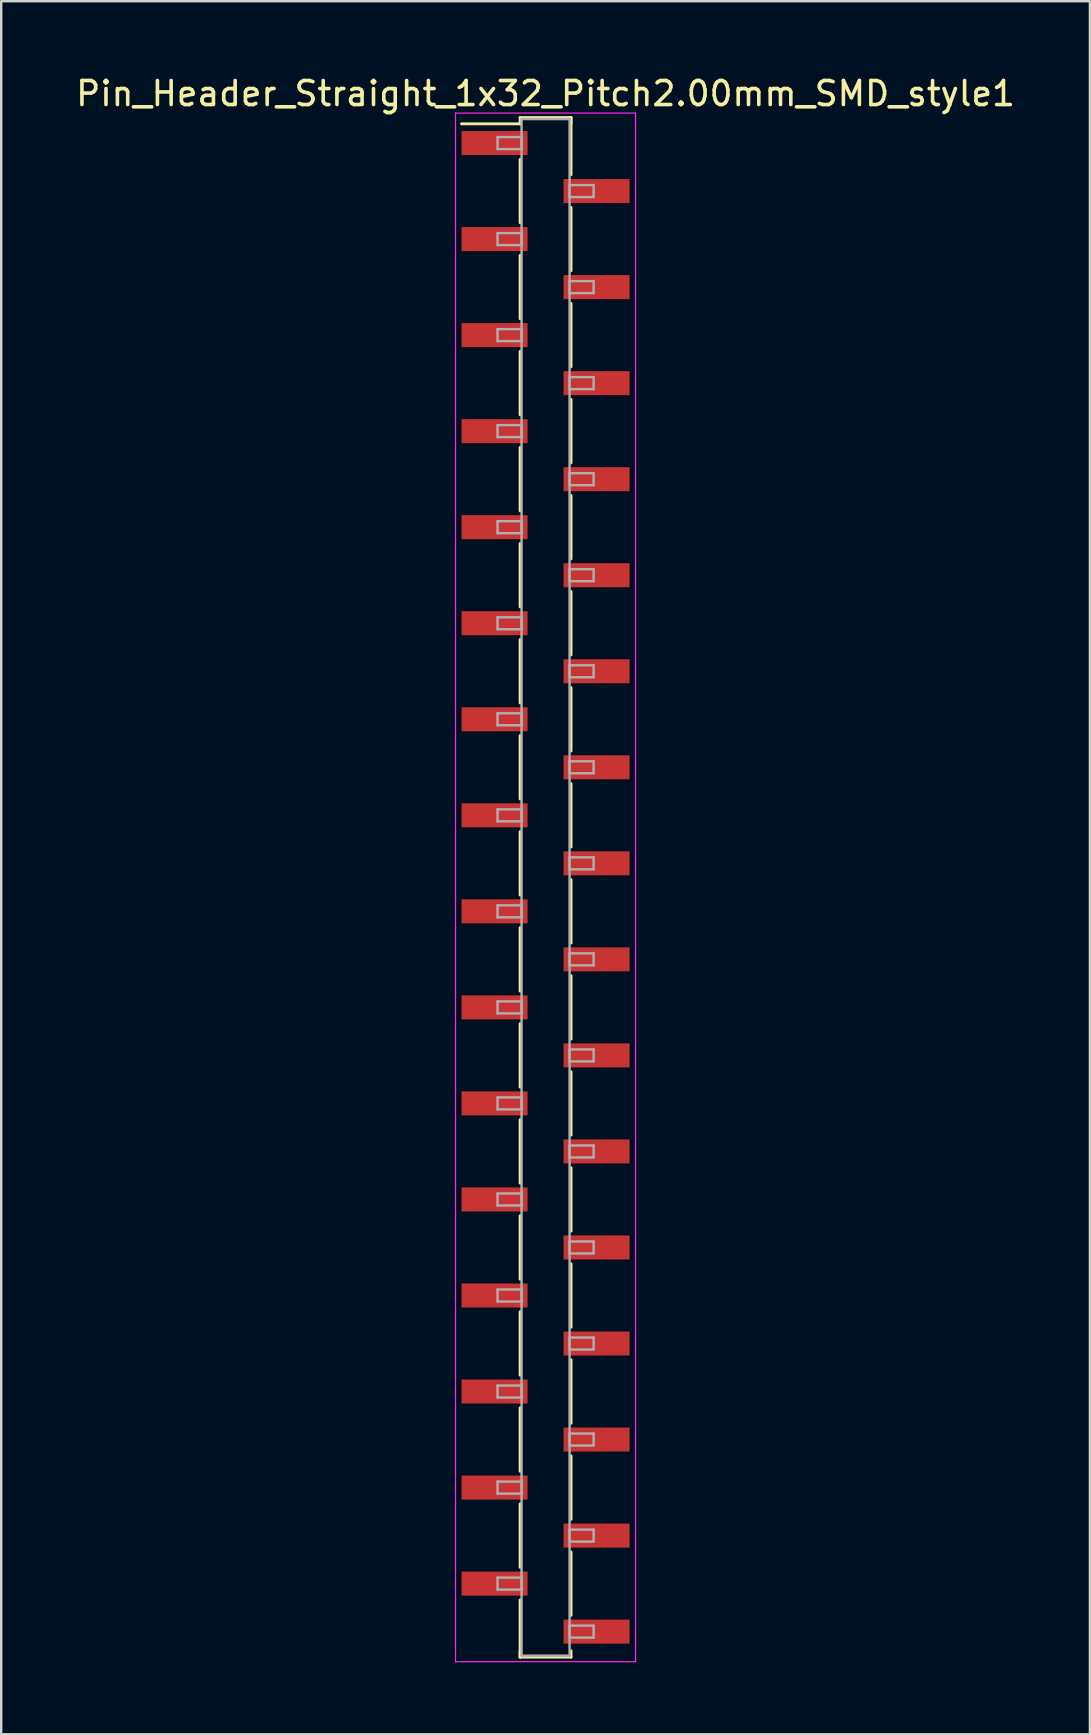
<source format=kicad_pcb>
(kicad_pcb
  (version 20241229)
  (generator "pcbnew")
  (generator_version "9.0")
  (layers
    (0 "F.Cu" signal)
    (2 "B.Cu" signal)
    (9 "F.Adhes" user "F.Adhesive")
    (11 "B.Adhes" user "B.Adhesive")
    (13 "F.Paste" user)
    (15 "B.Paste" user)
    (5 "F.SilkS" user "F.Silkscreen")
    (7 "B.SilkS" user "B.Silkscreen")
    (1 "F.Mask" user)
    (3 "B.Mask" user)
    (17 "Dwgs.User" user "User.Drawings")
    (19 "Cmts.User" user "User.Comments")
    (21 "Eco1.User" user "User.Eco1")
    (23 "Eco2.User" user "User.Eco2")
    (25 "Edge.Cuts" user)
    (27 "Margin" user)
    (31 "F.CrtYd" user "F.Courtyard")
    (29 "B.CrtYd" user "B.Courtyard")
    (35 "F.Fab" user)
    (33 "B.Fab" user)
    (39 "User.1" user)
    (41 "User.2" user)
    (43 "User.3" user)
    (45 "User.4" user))
  (footprint "Pin_Header_Straight_1x32_Pitch2.00mm_SMD_style1"
    (layer "F.Cu")
    (at 19.673 33.908)
    (property "Reference" "Pin_Header_Straight_1x32_Pitch2.00mm_SMD_style1" (at 0 -33.06 0) (layer "F.SilkS") (effects (font (size 1 1) (thickness 0.15))))
    (attr smd)
    (fp_line (start -1.06 -32.06) (end 1.06 -32.06) (stroke (width 0.12) (type solid)) (layer "F.SilkS"))
    (fp_line (start -1.06 -31.8) (end -3.5 -31.8) (stroke (width 0.12) (type solid)) (layer "F.SilkS"))
    (fp_line (start -1.06 -31.8) (end -1.06 -32.06) (stroke (width 0.12) (type solid)) (layer "F.SilkS"))
    (fp_line (start -1.06 -30.32) (end -1.06 -27.68) (stroke (width 0.12) (type solid)) (layer "F.SilkS"))
    (fp_line (start -1.06 -26.32) (end -1.06 -23.68) (stroke (width 0.12) (type solid)) (layer "F.SilkS"))
    (fp_line (start -1.06 -22.32) (end -1.06 -19.68) (stroke (width 0.12) (type solid)) (layer "F.SilkS"))
    (fp_line (start -1.06 -18.32) (end -1.06 -15.68) (stroke (width 0.12) (type solid)) (layer "F.SilkS"))
    (fp_line (start -1.06 -14.32) (end -1.06 -11.68) (stroke (width 0.12) (type solid)) (layer "F.SilkS"))
    (fp_line (start -1.06 -10.32) (end -1.06 -7.68) (stroke (width 0.12) (type solid)) (layer "F.SilkS"))
    (fp_line (start -1.06 -6.32) (end -1.06 -3.68) (stroke (width 0.12) (type solid)) (layer "F.SilkS"))
    (fp_line (start -1.06 -2.32) (end -1.06 0.32) (stroke (width 0.12) (type solid)) (layer "F.SilkS"))
    (fp_line (start -1.06 1.68) (end -1.06 4.32) (stroke (width 0.12) (type solid)) (layer "F.SilkS"))
    (fp_line (start -1.06 5.68) (end -1.06 8.32) (stroke (width 0.12) (type solid)) (layer "F.SilkS"))
    (fp_line (start -1.06 9.68) (end -1.06 12.32) (stroke (width 0.12) (type solid)) (layer "F.SilkS"))
    (fp_line (start -1.06 13.68) (end -1.06 16.32) (stroke (width 0.12) (type solid)) (layer "F.SilkS"))
    (fp_line (start -1.06 17.68) (end -1.06 20.32) (stroke (width 0.12) (type solid)) (layer "F.SilkS"))
    (fp_line (start -1.06 21.68) (end -1.06 24.32) (stroke (width 0.12) (type solid)) (layer "F.SilkS"))
    (fp_line (start -1.06 25.68) (end -1.06 28.32) (stroke (width 0.12) (type solid)) (layer "F.SilkS"))
    (fp_line (start -1.06 29.68) (end -1.06 32.06) (stroke (width 0.12) (type solid)) (layer "F.SilkS"))
    (fp_line (start -1.06 31.8) (end -1.06 32.06) (stroke (width 0.12) (type solid)) (layer "F.SilkS"))
    (fp_line (start -1.06 32.06) (end 1.06 32.06) (stroke (width 0.12) (type solid)) (layer "F.SilkS"))
    (fp_line (start 1.06 -32.06) (end 1.06 -31.8) (stroke (width 0.12) (type solid)) (layer "F.SilkS"))
    (fp_line (start 1.06 -32.06) (end 1.06 -29.68) (stroke (width 0.12) (type solid)) (layer "F.SilkS"))
    (fp_line (start 1.06 -28.32) (end 1.06 -25.68) (stroke (width 0.12) (type solid)) (layer "F.SilkS"))
    (fp_line (start 1.06 -24.32) (end 1.06 -21.68) (stroke (width 0.12) (type solid)) (layer "F.SilkS"))
    (fp_line (start 1.06 -20.32) (end 1.06 -17.68) (stroke (width 0.12) (type solid)) (layer "F.SilkS"))
    (fp_line (start 1.06 -16.32) (end 1.06 -13.68) (stroke (width 0.12) (type solid)) (layer "F.SilkS"))
    (fp_line (start 1.06 -12.32) (end 1.06 -9.68) (stroke (width 0.12) (type solid)) (layer "F.SilkS"))
    (fp_line (start 1.06 -8.32) (end 1.06 -5.68) (stroke (width 0.12) (type solid)) (layer "F.SilkS"))
    (fp_line (start 1.06 -4.32) (end 1.06 -1.68) (stroke (width 0.12) (type solid)) (layer "F.SilkS"))
    (fp_line (start 1.06 -0.32) (end 1.06 2.32) (stroke (width 0.12) (type solid)) (layer "F.SilkS"))
    (fp_line (start 1.06 3.68) (end 1.06 6.32) (stroke (width 0.12) (type solid)) (layer "F.SilkS"))
    (fp_line (start 1.06 7.68) (end 1.06 10.32) (stroke (width 0.12) (type solid)) (layer "F.SilkS"))
    (fp_line (start 1.06 11.68) (end 1.06 14.32) (stroke (width 0.12) (type solid)) (layer "F.SilkS"))
    (fp_line (start 1.06 15.68) (end 1.06 18.32) (stroke (width 0.12) (type solid)) (layer "F.SilkS"))
    (fp_line (start 1.06 19.68) (end 1.06 22.32) (stroke (width 0.12) (type solid)) (layer "F.SilkS"))
    (fp_line (start 1.06 23.68) (end 1.06 26.32) (stroke (width 0.12) (type solid)) (layer "F.SilkS"))
    (fp_line (start 1.06 27.68) (end 1.06 30.32) (stroke (width 0.12) (type solid)) (layer "F.SilkS"))
    (fp_line (start 1.06 32.06) (end 1.06 31.8) (stroke (width 0.12) (type solid)) (layer "F.SilkS"))
    (fp_line (start -3.75 -32.25) (end -3.75 32.25) (stroke (width 0.05) (type solid)) (layer "F.CrtYd"))
    (fp_line (start -3.75 32.25) (end 3.75 32.25) (stroke (width 0.05) (type solid)) (layer "F.CrtYd"))
    (fp_line (start 3.75 -32.25) (end -3.75 -32.25) (stroke (width 0.05) (type solid)) (layer "F.CrtYd"))
    (fp_line (start 3.75 32.25) (end 3.75 -32.25) (stroke (width 0.05) (type solid)) (layer "F.CrtYd"))
    (fp_line (start -2 -31.25) (end -1 -31.25) (stroke (width 0.1) (type solid)) (layer "F.Fab"))
    (fp_line (start -2 -30.75) (end -2 -31.25) (stroke (width 0.1) (type solid)) (layer "F.Fab"))
    (fp_line (start -2 -27.25) (end -1 -27.25) (stroke (width 0.1) (type solid)) (layer "F.Fab"))
    (fp_line (start -2 -26.75) (end -2 -27.25) (stroke (width 0.1) (type solid)) (layer "F.Fab"))
    (fp_line (start -2 -23.25) (end -1 -23.25) (stroke (width 0.1) (type solid)) (layer "F.Fab"))
    (fp_line (start -2 -22.75) (end -2 -23.25) (stroke (width 0.1) (type solid)) (layer "F.Fab"))
    (fp_line (start -2 -19.25) (end -1 -19.25) (stroke (width 0.1) (type solid)) (layer "F.Fab"))
    (fp_line (start -2 -18.75) (end -2 -19.25) (stroke (width 0.1) (type solid)) (layer "F.Fab"))
    (fp_line (start -2 -15.25) (end -1 -15.25) (stroke (width 0.1) (type solid)) (layer "F.Fab"))
    (fp_line (start -2 -14.75) (end -2 -15.25) (stroke (width 0.1) (type solid)) (layer "F.Fab"))
    (fp_line (start -2 -11.25) (end -1 -11.25) (stroke (width 0.1) (type solid)) (layer "F.Fab"))
    (fp_line (start -2 -10.75) (end -2 -11.25) (stroke (width 0.1) (type solid)) (layer "F.Fab"))
    (fp_line (start -2 -7.25) (end -1 -7.25) (stroke (width 0.1) (type solid)) (layer "F.Fab"))
    (fp_line (start -2 -6.75) (end -2 -7.25) (stroke (width 0.1) (type solid)) (layer "F.Fab"))
    (fp_line (start -2 -3.25) (end -1 -3.25) (stroke (width 0.1) (type solid)) (layer "F.Fab"))
    (fp_line (start -2 -2.75) (end -2 -3.25) (stroke (width 0.1) (type solid)) (layer "F.Fab"))
    (fp_line (start -2 0.75) (end -1 0.75) (stroke (width 0.1) (type solid)) (layer "F.Fab"))
    (fp_line (start -2 1.25) (end -2 0.75) (stroke (width 0.1) (type solid)) (layer "F.Fab"))
    (fp_line (start -2 4.75) (end -1 4.75) (stroke (width 0.1) (type solid)) (layer "F.Fab"))
    (fp_line (start -2 5.25) (end -2 4.75) (stroke (width 0.1) (type solid)) (layer "F.Fab"))
    (fp_line (start -2 8.75) (end -1 8.75) (stroke (width 0.1) (type solid)) (layer "F.Fab"))
    (fp_line (start -2 9.25) (end -2 8.75) (stroke (width 0.1) (type solid)) (layer "F.Fab"))
    (fp_line (start -2 12.75) (end -1 12.75) (stroke (width 0.1) (type solid)) (layer "F.Fab"))
    (fp_line (start -2 13.25) (end -2 12.75) (stroke (width 0.1) (type solid)) (layer "F.Fab"))
    (fp_line (start -2 16.75) (end -1 16.75) (stroke (width 0.1) (type solid)) (layer "F.Fab"))
    (fp_line (start -2 17.25) (end -2 16.75) (stroke (width 0.1) (type solid)) (layer "F.Fab"))
    (fp_line (start -2 20.75) (end -1 20.75) (stroke (width 0.1) (type solid)) (layer "F.Fab"))
    (fp_line (start -2 21.25) (end -2 20.75) (stroke (width 0.1) (type solid)) (layer "F.Fab"))
    (fp_line (start -2 24.75) (end -1 24.75) (stroke (width 0.1) (type solid)) (layer "F.Fab"))
    (fp_line (start -2 25.25) (end -2 24.75) (stroke (width 0.1) (type solid)) (layer "F.Fab"))
    (fp_line (start -2 28.75) (end -1 28.75) (stroke (width 0.1) (type solid)) (layer "F.Fab"))
    (fp_line (start -2 29.25) (end -2 28.75) (stroke (width 0.1) (type solid)) (layer "F.Fab"))
    (fp_line (start -1 -32) (end -1 32) (stroke (width 0.1) (type solid)) (layer "F.Fab"))
    (fp_line (start -1 -31.25) (end -1 -30.75) (stroke (width 0.1) (type solid)) (layer "F.Fab"))
    (fp_line (start -1 -30.75) (end -2 -30.75) (stroke (width 0.1) (type solid)) (layer "F.Fab"))
    (fp_line (start -1 -27.25) (end -1 -26.75) (stroke (width 0.1) (type solid)) (layer "F.Fab"))
    (fp_line (start -1 -26.75) (end -2 -26.75) (stroke (width 0.1) (type solid)) (layer "F.Fab"))
    (fp_line (start -1 -23.25) (end -1 -22.75) (stroke (width 0.1) (type solid)) (layer "F.Fab"))
    (fp_line (start -1 -22.75) (end -2 -22.75) (stroke (width 0.1) (type solid)) (layer "F.Fab"))
    (fp_line (start -1 -19.25) (end -1 -18.75) (stroke (width 0.1) (type solid)) (layer "F.Fab"))
    (fp_line (start -1 -18.75) (end -2 -18.75) (stroke (width 0.1) (type solid)) (layer "F.Fab"))
    (fp_line (start -1 -15.25) (end -1 -14.75) (stroke (width 0.1) (type solid)) (layer "F.Fab"))
    (fp_line (start -1 -14.75) (end -2 -14.75) (stroke (width 0.1) (type solid)) (layer "F.Fab"))
    (fp_line (start -1 -11.25) (end -1 -10.75) (stroke (width 0.1) (type solid)) (layer "F.Fab"))
    (fp_line (start -1 -10.75) (end -2 -10.75) (stroke (width 0.1) (type solid)) (layer "F.Fab"))
    (fp_line (start -1 -7.25) (end -1 -6.75) (stroke (width 0.1) (type solid)) (layer "F.Fab"))
    (fp_line (start -1 -6.75) (end -2 -6.75) (stroke (width 0.1) (type solid)) (layer "F.Fab"))
    (fp_line (start -1 -3.25) (end -1 -2.75) (stroke (width 0.1) (type solid)) (layer "F.Fab"))
    (fp_line (start -1 -2.75) (end -2 -2.75) (stroke (width 0.1) (type solid)) (layer "F.Fab"))
    (fp_line (start -1 0.75) (end -1 1.25) (stroke (width 0.1) (type solid)) (layer "F.Fab"))
    (fp_line (start -1 1.25) (end -2 1.25) (stroke (width 0.1) (type solid)) (layer "F.Fab"))
    (fp_line (start -1 4.75) (end -1 5.25) (stroke (width 0.1) (type solid)) (layer "F.Fab"))
    (fp_line (start -1 5.25) (end -2 5.25) (stroke (width 0.1) (type solid)) (layer "F.Fab"))
    (fp_line (start -1 8.75) (end -1 9.25) (stroke (width 0.1) (type solid)) (layer "F.Fab"))
    (fp_line (start -1 9.25) (end -2 9.25) (stroke (width 0.1) (type solid)) (layer "F.Fab"))
    (fp_line (start -1 12.75) (end -1 13.25) (stroke (width 0.1) (type solid)) (layer "F.Fab"))
    (fp_line (start -1 13.25) (end -2 13.25) (stroke (width 0.1) (type solid)) (layer "F.Fab"))
    (fp_line (start -1 16.75) (end -1 17.25) (stroke (width 0.1) (type solid)) (layer "F.Fab"))
    (fp_line (start -1 17.25) (end -2 17.25) (stroke (width 0.1) (type solid)) (layer "F.Fab"))
    (fp_line (start -1 20.75) (end -1 21.25) (stroke (width 0.1) (type solid)) (layer "F.Fab"))
    (fp_line (start -1 21.25) (end -2 21.25) (stroke (width 0.1) (type solid)) (layer "F.Fab"))
    (fp_line (start -1 24.75) (end -1 25.25) (stroke (width 0.1) (type solid)) (layer "F.Fab"))
    (fp_line (start -1 25.25) (end -2 25.25) (stroke (width 0.1) (type solid)) (layer "F.Fab"))
    (fp_line (start -1 28.75) (end -1 29.25) (stroke (width 0.1) (type solid)) (layer "F.Fab"))
    (fp_line (start -1 29.25) (end -2 29.25) (stroke (width 0.1) (type solid)) (layer "F.Fab"))
    (fp_line (start -1 32) (end 1 32) (stroke (width 0.1) (type solid)) (layer "F.Fab"))
    (fp_line (start 1 -32) (end -1 -32) (stroke (width 0.1) (type solid)) (layer "F.Fab"))
    (fp_line (start 1 -29.25) (end 1 -28.75) (stroke (width 0.1) (type solid)) (layer "F.Fab"))
    (fp_line (start 1 -28.75) (end 2 -28.75) (stroke (width 0.1) (type solid)) (layer "F.Fab"))
    (fp_line (start 1 -25.25) (end 1 -24.75) (stroke (width 0.1) (type solid)) (layer "F.Fab"))
    (fp_line (start 1 -24.75) (end 2 -24.75) (stroke (width 0.1) (type solid)) (layer "F.Fab"))
    (fp_line (start 1 -21.25) (end 1 -20.75) (stroke (width 0.1) (type solid)) (layer "F.Fab"))
    (fp_line (start 1 -20.75) (end 2 -20.75) (stroke (width 0.1) (type solid)) (layer "F.Fab"))
    (fp_line (start 1 -17.25) (end 1 -16.75) (stroke (width 0.1) (type solid)) (layer "F.Fab"))
    (fp_line (start 1 -16.75) (end 2 -16.75) (stroke (width 0.1) (type solid)) (layer "F.Fab"))
    (fp_line (start 1 -13.25) (end 1 -12.75) (stroke (width 0.1) (type solid)) (layer "F.Fab"))
    (fp_line (start 1 -12.75) (end 2 -12.75) (stroke (width 0.1) (type solid)) (layer "F.Fab"))
    (fp_line (start 1 -9.25) (end 1 -8.75) (stroke (width 0.1) (type solid)) (layer "F.Fab"))
    (fp_line (start 1 -8.75) (end 2 -8.75) (stroke (width 0.1) (type solid)) (layer "F.Fab"))
    (fp_line (start 1 -5.25) (end 1 -4.75) (stroke (width 0.1) (type solid)) (layer "F.Fab"))
    (fp_line (start 1 -4.75) (end 2 -4.75) (stroke (width 0.1) (type solid)) (layer "F.Fab"))
    (fp_line (start 1 -1.25) (end 1 -0.75) (stroke (width 0.1) (type solid)) (layer "F.Fab"))
    (fp_line (start 1 -0.75) (end 2 -0.75) (stroke (width 0.1) (type solid)) (layer "F.Fab"))
    (fp_line (start 1 2.75) (end 1 3.25) (stroke (width 0.1) (type solid)) (layer "F.Fab"))
    (fp_line (start 1 3.25) (end 2 3.25) (stroke (width 0.1) (type solid)) (layer "F.Fab"))
    (fp_line (start 1 6.75) (end 1 7.25) (stroke (width 0.1) (type solid)) (layer "F.Fab"))
    (fp_line (start 1 7.25) (end 2 7.25) (stroke (width 0.1) (type solid)) (layer "F.Fab"))
    (fp_line (start 1 10.75) (end 1 11.25) (stroke (width 0.1) (type solid)) (layer "F.Fab"))
    (fp_line (start 1 11.25) (end 2 11.25) (stroke (width 0.1) (type solid)) (layer "F.Fab"))
    (fp_line (start 1 14.75) (end 1 15.25) (stroke (width 0.1) (type solid)) (layer "F.Fab"))
    (fp_line (start 1 15.25) (end 2 15.25) (stroke (width 0.1) (type solid)) (layer "F.Fab"))
    (fp_line (start 1 18.75) (end 1 19.25) (stroke (width 0.1) (type solid)) (layer "F.Fab"))
    (fp_line (start 1 19.25) (end 2 19.25) (stroke (width 0.1) (type solid)) (layer "F.Fab"))
    (fp_line (start 1 22.75) (end 1 23.25) (stroke (width 0.1) (type solid)) (layer "F.Fab"))
    (fp_line (start 1 23.25) (end 2 23.25) (stroke (width 0.1) (type solid)) (layer "F.Fab"))
    (fp_line (start 1 26.75) (end 1 27.25) (stroke (width 0.1) (type solid)) (layer "F.Fab"))
    (fp_line (start 1 27.25) (end 2 27.25) (stroke (width 0.1) (type solid)) (layer "F.Fab"))
    (fp_line (start 1 30.75) (end 1 31.25) (stroke (width 0.1) (type solid)) (layer "F.Fab"))
    (fp_line (start 1 31.25) (end 2 31.25) (stroke (width 0.1) (type solid)) (layer "F.Fab"))
    (fp_line (start 1 32) (end 1 -32) (stroke (width 0.1) (type solid)) (layer "F.Fab"))
    (fp_line (start 2 -29.25) (end 1 -29.25) (stroke (width 0.1) (type solid)) (layer "F.Fab"))
    (fp_line (start 2 -28.75) (end 2 -29.25) (stroke (width 0.1) (type solid)) (layer "F.Fab"))
    (fp_line (start 2 -25.25) (end 1 -25.25) (stroke (width 0.1) (type solid)) (layer "F.Fab"))
    (fp_line (start 2 -24.75) (end 2 -25.25) (stroke (width 0.1) (type solid)) (layer "F.Fab"))
    (fp_line (start 2 -21.25) (end 1 -21.25) (stroke (width 0.1) (type solid)) (layer "F.Fab"))
    (fp_line (start 2 -20.75) (end 2 -21.25) (stroke (width 0.1) (type solid)) (layer "F.Fab"))
    (fp_line (start 2 -17.25) (end 1 -17.25) (stroke (width 0.1) (type solid)) (layer "F.Fab"))
    (fp_line (start 2 -16.75) (end 2 -17.25) (stroke (width 0.1) (type solid)) (layer "F.Fab"))
    (fp_line (start 2 -13.25) (end 1 -13.25) (stroke (width 0.1) (type solid)) (layer "F.Fab"))
    (fp_line (start 2 -12.75) (end 2 -13.25) (stroke (width 0.1) (type solid)) (layer "F.Fab"))
    (fp_line (start 2 -9.25) (end 1 -9.25) (stroke (width 0.1) (type solid)) (layer "F.Fab"))
    (fp_line (start 2 -8.75) (end 2 -9.25) (stroke (width 0.1) (type solid)) (layer "F.Fab"))
    (fp_line (start 2 -5.25) (end 1 -5.25) (stroke (width 0.1) (type solid)) (layer "F.Fab"))
    (fp_line (start 2 -4.75) (end 2 -5.25) (stroke (width 0.1) (type solid)) (layer "F.Fab"))
    (fp_line (start 2 -1.25) (end 1 -1.25) (stroke (width 0.1) (type solid)) (layer "F.Fab"))
    (fp_line (start 2 -0.75) (end 2 -1.25) (stroke (width 0.1) (type solid)) (layer "F.Fab"))
    (fp_line (start 2 2.75) (end 1 2.75) (stroke (width 0.1) (type solid)) (layer "F.Fab"))
    (fp_line (start 2 3.25) (end 2 2.75) (stroke (width 0.1) (type solid)) (layer "F.Fab"))
    (fp_line (start 2 6.75) (end 1 6.75) (stroke (width 0.1) (type solid)) (layer "F.Fab"))
    (fp_line (start 2 7.25) (end 2 6.75) (stroke (width 0.1) (type solid)) (layer "F.Fab"))
    (fp_line (start 2 10.75) (end 1 10.75) (stroke (width 0.1) (type solid)) (layer "F.Fab"))
    (fp_line (start 2 11.25) (end 2 10.75) (stroke (width 0.1) (type solid)) (layer "F.Fab"))
    (fp_line (start 2 14.75) (end 1 14.75) (stroke (width 0.1) (type solid)) (layer "F.Fab"))
    (fp_line (start 2 15.25) (end 2 14.75) (stroke (width 0.1) (type solid)) (layer "F.Fab"))
    (fp_line (start 2 18.75) (end 1 18.75) (stroke (width 0.1) (type solid)) (layer "F.Fab"))
    (fp_line (start 2 19.25) (end 2 18.75) (stroke (width 0.1) (type solid)) (layer "F.Fab"))
    (fp_line (start 2 22.75) (end 1 22.75) (stroke (width 0.1) (type solid)) (layer "F.Fab"))
    (fp_line (start 2 23.25) (end 2 22.75) (stroke (width 0.1) (type solid)) (layer "F.Fab"))
    (fp_line (start 2 26.75) (end 1 26.75) (stroke (width 0.1) (type solid)) (layer "F.Fab"))
    (fp_line (start 2 27.25) (end 2 26.75) (stroke (width 0.1) (type solid)) (layer "F.Fab"))
    (fp_line (start 2 30.75) (end 1 30.75) (stroke (width 0.1) (type solid)) (layer "F.Fab"))
    (fp_line (start 2 31.25) (end 2 30.75) (stroke (width 0.1) (type solid)) (layer "F.Fab"))
    (pad "1" smd rect (at -2.125 -31) (size 2.75 1) (layers "F.Cu" "F.Mask"))
    (pad "2" smd rect (at 2.125 -29) (size 2.75 1) (layers "F.Cu" "F.Mask"))
    (pad "3" smd rect (at -2.125 -27) (size 2.75 1) (layers "F.Cu" "F.Mask"))
    (pad "4" smd rect (at 2.125 -25) (size 2.75 1) (layers "F.Cu" "F.Mask"))
    (pad "5" smd rect (at -2.125 -23) (size 2.75 1) (layers "F.Cu" "F.Mask"))
    (pad "6" smd rect (at 2.125 -21) (size 2.75 1) (layers "F.Cu" "F.Mask"))
    (pad "7" smd rect (at -2.125 -19) (size 2.75 1) (layers "F.Cu" "F.Mask"))
    (pad "8" smd rect (at 2.125 -17) (size 2.75 1) (layers "F.Cu" "F.Mask"))
    (pad "9" smd rect (at -2.125 -15) (size 2.75 1) (layers "F.Cu" "F.Mask"))
    (pad "10" smd rect (at 2.125 -13) (size 2.75 1) (layers "F.Cu" "F.Mask"))
    (pad "11" smd rect (at -2.125 -11) (size 2.75 1) (layers "F.Cu" "F.Mask"))
    (pad "12" smd rect (at 2.125 -9) (size 2.75 1) (layers "F.Cu" "F.Mask"))
    (pad "13" smd rect (at -2.125 -7) (size 2.75 1) (layers "F.Cu" "F.Mask"))
    (pad "14" smd rect (at 2.125 -5) (size 2.75 1) (layers "F.Cu" "F.Mask"))
    (pad "15" smd rect (at -2.125 -3) (size 2.75 1) (layers "F.Cu" "F.Mask"))
    (pad "16" smd rect (at 2.125 -1) (size 2.75 1) (layers "F.Cu" "F.Mask"))
    (pad "17" smd rect (at -2.125 1) (size 2.75 1) (layers "F.Cu" "F.Mask"))
    (pad "18" smd rect (at 2.125 3) (size 2.75 1) (layers "F.Cu" "F.Mask"))
    (pad "19" smd rect (at -2.125 5) (size 2.75 1) (layers "F.Cu" "F.Mask"))
    (pad "20" smd rect (at 2.125 7) (size 2.75 1) (layers "F.Cu" "F.Mask"))
    (pad "21" smd rect (at -2.125 9) (size 2.75 1) (layers "F.Cu" "F.Mask"))
    (pad "22" smd rect (at 2.125 11) (size 2.75 1) (layers "F.Cu" "F.Mask"))
    (pad "23" smd rect (at -2.125 13) (size 2.75 1) (layers "F.Cu" "F.Mask"))
    (pad "24" smd rect (at 2.125 15) (size 2.75 1) (layers "F.Cu" "F.Mask"))
    (pad "25" smd rect (at -2.125 17) (size 2.75 1) (layers "F.Cu" "F.Mask"))
    (pad "26" smd rect (at 2.125 19) (size 2.75 1) (layers "F.Cu" "F.Mask"))
    (pad "27" smd rect (at -2.125 21) (size 2.75 1) (layers "F.Cu" "F.Mask"))
    (pad "28" smd rect (at 2.125 23) (size 2.75 1) (layers "F.Cu" "F.Mask"))
    (pad "29" smd rect (at -2.125 25) (size 2.75 1) (layers "F.Cu" "F.Mask"))
    (pad "30" smd rect (at 2.125 27) (size 2.75 1) (layers "F.Cu" "F.Mask"))
    (pad "31" smd rect (at -2.125 29) (size 2.75 1) (layers "F.Cu" "F.Mask"))
    (pad "32" smd rect (at 2.125 31) (size 2.75 1) (layers "F.Cu" "F.Mask")))
  (gr_rect
    (start -3 -3)
    (end 42.345 69.183)
    (stroke (width 0.1) (type default))
    (fill no)
    (layer "Edge.Cuts")))
</source>
